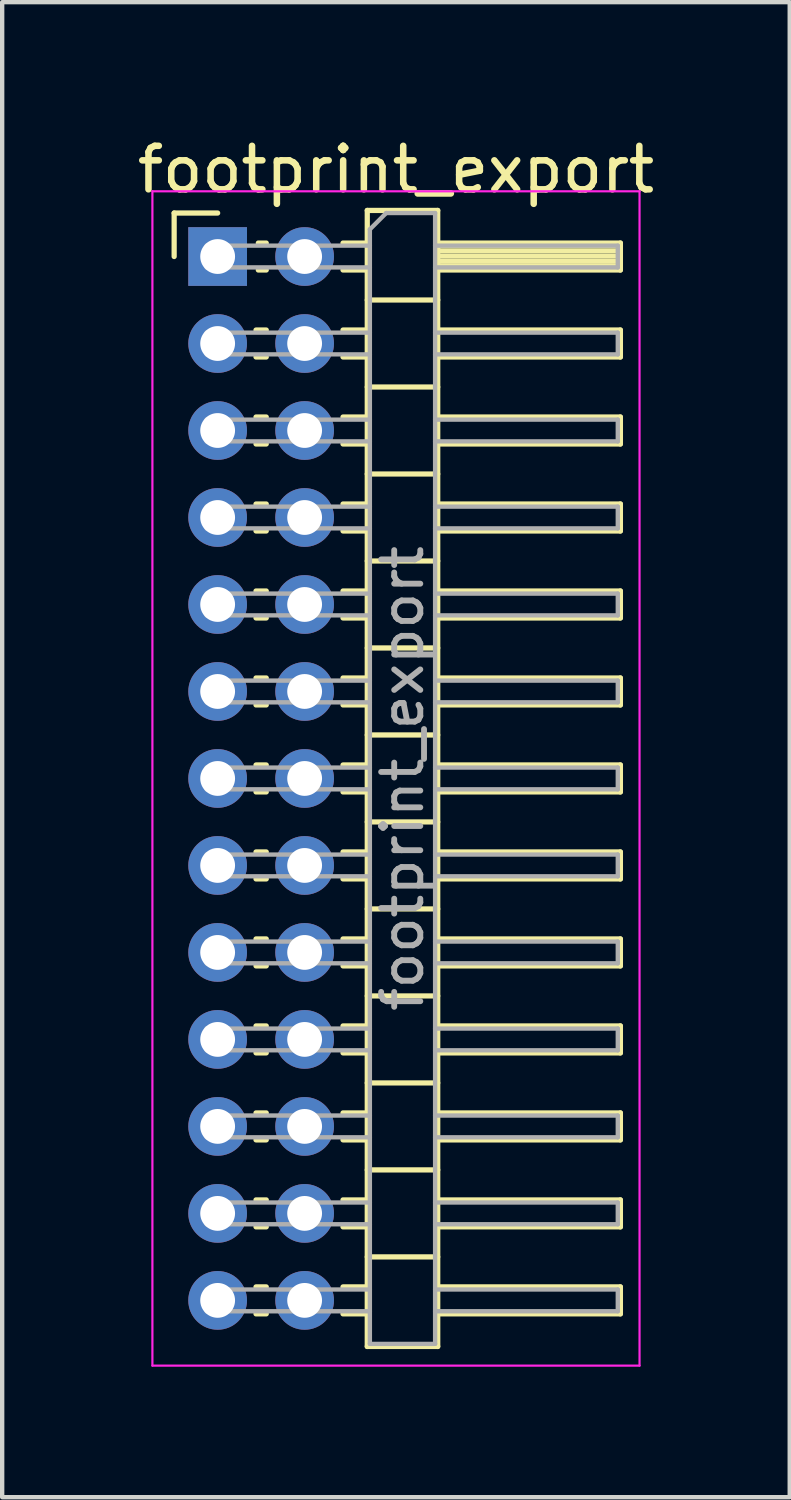
<source format=kicad_pcb>
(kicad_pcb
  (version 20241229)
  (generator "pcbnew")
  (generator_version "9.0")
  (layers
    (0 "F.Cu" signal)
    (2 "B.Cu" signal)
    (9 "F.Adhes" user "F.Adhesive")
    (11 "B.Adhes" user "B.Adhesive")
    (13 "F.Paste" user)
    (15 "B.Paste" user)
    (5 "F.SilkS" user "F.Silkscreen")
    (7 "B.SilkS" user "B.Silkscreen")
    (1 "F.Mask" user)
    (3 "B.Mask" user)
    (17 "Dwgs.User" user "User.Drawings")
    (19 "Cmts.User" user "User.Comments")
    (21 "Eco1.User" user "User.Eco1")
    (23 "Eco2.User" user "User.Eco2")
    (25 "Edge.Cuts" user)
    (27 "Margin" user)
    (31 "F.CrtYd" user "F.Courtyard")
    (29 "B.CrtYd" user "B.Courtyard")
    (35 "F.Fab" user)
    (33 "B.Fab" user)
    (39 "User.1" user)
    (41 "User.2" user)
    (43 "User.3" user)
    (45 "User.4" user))
  (footprint "footprint_export"
    (layer "F.Cu")
    (at 1.954 2.848)
    (property "Reference" "footprint_export" (at 4.1 -2 0) (layer "F.SilkS") (effects (font (size 1 1) (thickness 0.15))))
    (attr through_hole)
    (fp_line (start -1 -1) (end 0 -1) (stroke (width 0.12) (type solid)) (layer "F.SilkS"))
    (fp_line (start -1 0) (end -1 -1) (stroke (width 0.12) (type solid)) (layer "F.SilkS"))
    (fp_line (start 0.882 1.69) (end 1.118 1.69) (stroke (width 0.12) (type solid)) (layer "F.SilkS"))
    (fp_line (start 0.882 2.31) (end 1.118 2.31) (stroke (width 0.12) (type solid)) (layer "F.SilkS"))
    (fp_line (start 0.882 3.69) (end 1.118 3.69) (stroke (width 0.12) (type solid)) (layer "F.SilkS"))
    (fp_line (start 0.882 4.31) (end 1.118 4.31) (stroke (width 0.12) (type solid)) (layer "F.SilkS"))
    (fp_line (start 0.882 5.69) (end 1.118 5.69) (stroke (width 0.12) (type solid)) (layer "F.SilkS"))
    (fp_line (start 0.882 6.31) (end 1.118 6.31) (stroke (width 0.12) (type solid)) (layer "F.SilkS"))
    (fp_line (start 0.882 7.69) (end 1.118 7.69) (stroke (width 0.12) (type solid)) (layer "F.SilkS"))
    (fp_line (start 0.882 8.31) (end 1.118 8.31) (stroke (width 0.12) (type solid)) (layer "F.SilkS"))
    (fp_line (start 0.882 9.69) (end 1.118 9.69) (stroke (width 0.12) (type solid)) (layer "F.SilkS"))
    (fp_line (start 0.882 10.31) (end 1.118 10.31) (stroke (width 0.12) (type solid)) (layer "F.SilkS"))
    (fp_line (start 0.882 11.69) (end 1.118 11.69) (stroke (width 0.12) (type solid)) (layer "F.SilkS"))
    (fp_line (start 0.882 12.31) (end 1.118 12.31) (stroke (width 0.12) (type solid)) (layer "F.SilkS"))
    (fp_line (start 0.882 13.69) (end 1.118 13.69) (stroke (width 0.12) (type solid)) (layer "F.SilkS"))
    (fp_line (start 0.882 14.31) (end 1.118 14.31) (stroke (width 0.12) (type solid)) (layer "F.SilkS"))
    (fp_line (start 0.882 15.69) (end 1.118 15.69) (stroke (width 0.12) (type solid)) (layer "F.SilkS"))
    (fp_line (start 0.882 16.31) (end 1.118 16.31) (stroke (width 0.12) (type solid)) (layer "F.SilkS"))
    (fp_line (start 0.882 17.69) (end 1.118 17.69) (stroke (width 0.12) (type solid)) (layer "F.SilkS"))
    (fp_line (start 0.882 18.31) (end 1.118 18.31) (stroke (width 0.12) (type solid)) (layer "F.SilkS"))
    (fp_line (start 0.882 19.69) (end 1.118 19.69) (stroke (width 0.12) (type solid)) (layer "F.SilkS"))
    (fp_line (start 0.882 20.31) (end 1.118 20.31) (stroke (width 0.12) (type solid)) (layer "F.SilkS"))
    (fp_line (start 0.882 21.69) (end 1.118 21.69) (stroke (width 0.12) (type solid)) (layer "F.SilkS"))
    (fp_line (start 0.882 22.31) (end 1.118 22.31) (stroke (width 0.12) (type solid)) (layer "F.SilkS"))
    (fp_line (start 0.882 23.69) (end 1.118 23.69) (stroke (width 0.12) (type solid)) (layer "F.SilkS"))
    (fp_line (start 0.882 24.31) (end 1.118 24.31) (stroke (width 0.12) (type solid)) (layer "F.SilkS"))
    (fp_line (start 0.935 -0.31) (end 1.118 -0.31) (stroke (width 0.12) (type solid)) (layer "F.SilkS"))
    (fp_line (start 0.935 0.31) (end 1.118 0.31) (stroke (width 0.12) (type solid)) (layer "F.SilkS"))
    (fp_line (start 2.882 -0.31) (end 3.44 -0.31) (stroke (width 0.12) (type solid)) (layer "F.SilkS"))
    (fp_line (start 2.882 0.31) (end 3.44 0.31) (stroke (width 0.12) (type solid)) (layer "F.SilkS"))
    (fp_line (start 2.882 1.69) (end 3.44 1.69) (stroke (width 0.12) (type solid)) (layer "F.SilkS"))
    (fp_line (start 2.882 2.31) (end 3.44 2.31) (stroke (width 0.12) (type solid)) (layer "F.SilkS"))
    (fp_line (start 2.882 3.69) (end 3.44 3.69) (stroke (width 0.12) (type solid)) (layer "F.SilkS"))
    (fp_line (start 2.882 4.31) (end 3.44 4.31) (stroke (width 0.12) (type solid)) (layer "F.SilkS"))
    (fp_line (start 2.882 5.69) (end 3.44 5.69) (stroke (width 0.12) (type solid)) (layer "F.SilkS"))
    (fp_line (start 2.882 6.31) (end 3.44 6.31) (stroke (width 0.12) (type solid)) (layer "F.SilkS"))
    (fp_line (start 2.882 7.69) (end 3.44 7.69) (stroke (width 0.12) (type solid)) (layer "F.SilkS"))
    (fp_line (start 2.882 8.31) (end 3.44 8.31) (stroke (width 0.12) (type solid)) (layer "F.SilkS"))
    (fp_line (start 2.882 9.69) (end 3.44 9.69) (stroke (width 0.12) (type solid)) (layer "F.SilkS"))
    (fp_line (start 2.882 10.31) (end 3.44 10.31) (stroke (width 0.12) (type solid)) (layer "F.SilkS"))
    (fp_line (start 2.882 11.69) (end 3.44 11.69) (stroke (width 0.12) (type solid)) (layer "F.SilkS"))
    (fp_line (start 2.882 12.31) (end 3.44 12.31) (stroke (width 0.12) (type solid)) (layer "F.SilkS"))
    (fp_line (start 2.882 13.69) (end 3.44 13.69) (stroke (width 0.12) (type solid)) (layer "F.SilkS"))
    (fp_line (start 2.882 14.31) (end 3.44 14.31) (stroke (width 0.12) (type solid)) (layer "F.SilkS"))
    (fp_line (start 2.882 15.69) (end 3.44 15.69) (stroke (width 0.12) (type solid)) (layer "F.SilkS"))
    (fp_line (start 2.882 16.31) (end 3.44 16.31) (stroke (width 0.12) (type solid)) (layer "F.SilkS"))
    (fp_line (start 2.882 17.69) (end 3.44 17.69) (stroke (width 0.12) (type solid)) (layer "F.SilkS"))
    (fp_line (start 2.882 18.31) (end 3.44 18.31) (stroke (width 0.12) (type solid)) (layer "F.SilkS"))
    (fp_line (start 2.882 19.69) (end 3.44 19.69) (stroke (width 0.12) (type solid)) (layer "F.SilkS"))
    (fp_line (start 2.882 20.31) (end 3.44 20.31) (stroke (width 0.12) (type solid)) (layer "F.SilkS"))
    (fp_line (start 2.882 21.69) (end 3.44 21.69) (stroke (width 0.12) (type solid)) (layer "F.SilkS"))
    (fp_line (start 2.882 22.31) (end 3.44 22.31) (stroke (width 0.12) (type solid)) (layer "F.SilkS"))
    (fp_line (start 2.882 23.69) (end 3.44 23.69) (stroke (width 0.12) (type solid)) (layer "F.SilkS"))
    (fp_line (start 2.882 24.31) (end 3.44 24.31) (stroke (width 0.12) (type solid)) (layer "F.SilkS"))
    (fp_line (start 3.44 -1.06) (end 3.44 25.06) (stroke (width 0.12) (type solid)) (layer "F.SilkS"))
    (fp_line (start 3.44 1) (end 5.06 1) (stroke (width 0.12) (type solid)) (layer "F.SilkS"))
    (fp_line (start 3.44 3) (end 5.06 3) (stroke (width 0.12) (type solid)) (layer "F.SilkS"))
    (fp_line (start 3.44 5) (end 5.06 5) (stroke (width 0.12) (type solid)) (layer "F.SilkS"))
    (fp_line (start 3.44 7) (end 5.06 7) (stroke (width 0.12) (type solid)) (layer "F.SilkS"))
    (fp_line (start 3.44 9) (end 5.06 9) (stroke (width 0.12) (type solid)) (layer "F.SilkS"))
    (fp_line (start 3.44 11) (end 5.06 11) (stroke (width 0.12) (type solid)) (layer "F.SilkS"))
    (fp_line (start 3.44 13) (end 5.06 13) (stroke (width 0.12) (type solid)) (layer "F.SilkS"))
    (fp_line (start 3.44 15) (end 5.06 15) (stroke (width 0.12) (type solid)) (layer "F.SilkS"))
    (fp_line (start 3.44 17) (end 5.06 17) (stroke (width 0.12) (type solid)) (layer "F.SilkS"))
    (fp_line (start 3.44 19) (end 5.06 19) (stroke (width 0.12) (type solid)) (layer "F.SilkS"))
    (fp_line (start 3.44 21) (end 5.06 21) (stroke (width 0.12) (type solid)) (layer "F.SilkS"))
    (fp_line (start 3.44 23) (end 5.06 23) (stroke (width 0.12) (type solid)) (layer "F.SilkS"))
    (fp_line (start 3.44 25.06) (end 5.06 25.06) (stroke (width 0.12) (type solid)) (layer "F.SilkS"))
    (fp_line (start 5.06 -1.06) (end 3.44 -1.06) (stroke (width 0.12) (type solid)) (layer "F.SilkS"))
    (fp_line (start 5.06 -0.31) (end 9.26 -0.31) (stroke (width 0.12) (type solid)) (layer "F.SilkS"))
    (fp_line (start 5.06 -0.25) (end 9.26 -0.25) (stroke (width 0.12) (type solid)) (layer "F.SilkS"))
    (fp_line (start 5.06 -0.13) (end 9.26 -0.13) (stroke (width 0.12) (type solid)) (layer "F.SilkS"))
    (fp_line (start 5.06 -0.01) (end 9.26 -0.01) (stroke (width 0.12) (type solid)) (layer "F.SilkS"))
    (fp_line (start 5.06 0.11) (end 9.26 0.11) (stroke (width 0.12) (type solid)) (layer "F.SilkS"))
    (fp_line (start 5.06 0.23) (end 9.26 0.23) (stroke (width 0.12) (type solid)) (layer "F.SilkS"))
    (fp_line (start 5.06 1.69) (end 9.26 1.69) (stroke (width 0.12) (type solid)) (layer "F.SilkS"))
    (fp_line (start 5.06 3.69) (end 9.26 3.69) (stroke (width 0.12) (type solid)) (layer "F.SilkS"))
    (fp_line (start 5.06 5.69) (end 9.26 5.69) (stroke (width 0.12) (type solid)) (layer "F.SilkS"))
    (fp_line (start 5.06 7.69) (end 9.26 7.69) (stroke (width 0.12) (type solid)) (layer "F.SilkS"))
    (fp_line (start 5.06 9.69) (end 9.26 9.69) (stroke (width 0.12) (type solid)) (layer "F.SilkS"))
    (fp_line (start 5.06 11.69) (end 9.26 11.69) (stroke (width 0.12) (type solid)) (layer "F.SilkS"))
    (fp_line (start 5.06 13.69) (end 9.26 13.69) (stroke (width 0.12) (type solid)) (layer "F.SilkS"))
    (fp_line (start 5.06 15.69) (end 9.26 15.69) (stroke (width 0.12) (type solid)) (layer "F.SilkS"))
    (fp_line (start 5.06 17.69) (end 9.26 17.69) (stroke (width 0.12) (type solid)) (layer "F.SilkS"))
    (fp_line (start 5.06 19.69) (end 9.26 19.69) (stroke (width 0.12) (type solid)) (layer "F.SilkS"))
    (fp_line (start 5.06 21.69) (end 9.26 21.69) (stroke (width 0.12) (type solid)) (layer "F.SilkS"))
    (fp_line (start 5.06 23.69) (end 9.26 23.69) (stroke (width 0.12) (type solid)) (layer "F.SilkS"))
    (fp_line (start 5.06 25.06) (end 5.06 -1.06) (stroke (width 0.12) (type solid)) (layer "F.SilkS"))
    (fp_line (start 9.26 -0.31) (end 9.26 0.31) (stroke (width 0.12) (type solid)) (layer "F.SilkS"))
    (fp_line (start 9.26 0.31) (end 5.06 0.31) (stroke (width 0.12) (type solid)) (layer "F.SilkS"))
    (fp_line (start 9.26 1.69) (end 9.26 2.31) (stroke (width 0.12) (type solid)) (layer "F.SilkS"))
    (fp_line (start 9.26 2.31) (end 5.06 2.31) (stroke (width 0.12) (type solid)) (layer "F.SilkS"))
    (fp_line (start 9.26 3.69) (end 9.26 4.31) (stroke (width 0.12) (type solid)) (layer "F.SilkS"))
    (fp_line (start 9.26 4.31) (end 5.06 4.31) (stroke (width 0.12) (type solid)) (layer "F.SilkS"))
    (fp_line (start 9.26 5.69) (end 9.26 6.31) (stroke (width 0.12) (type solid)) (layer "F.SilkS"))
    (fp_line (start 9.26 6.31) (end 5.06 6.31) (stroke (width 0.12) (type solid)) (layer "F.SilkS"))
    (fp_line (start 9.26 7.69) (end 9.26 8.31) (stroke (width 0.12) (type solid)) (layer "F.SilkS"))
    (fp_line (start 9.26 8.31) (end 5.06 8.31) (stroke (width 0.12) (type solid)) (layer "F.SilkS"))
    (fp_line (start 9.26 9.69) (end 9.26 10.31) (stroke (width 0.12) (type solid)) (layer "F.SilkS"))
    (fp_line (start 9.26 10.31) (end 5.06 10.31) (stroke (width 0.12) (type solid)) (layer "F.SilkS"))
    (fp_line (start 9.26 11.69) (end 9.26 12.31) (stroke (width 0.12) (type solid)) (layer "F.SilkS"))
    (fp_line (start 9.26 12.31) (end 5.06 12.31) (stroke (width 0.12) (type solid)) (layer "F.SilkS"))
    (fp_line (start 9.26 13.69) (end 9.26 14.31) (stroke (width 0.12) (type solid)) (layer "F.SilkS"))
    (fp_line (start 9.26 14.31) (end 5.06 14.31) (stroke (width 0.12) (type solid)) (layer "F.SilkS"))
    (fp_line (start 9.26 15.69) (end 9.26 16.31) (stroke (width 0.12) (type solid)) (layer "F.SilkS"))
    (fp_line (start 9.26 16.31) (end 5.06 16.31) (stroke (width 0.12) (type solid)) (layer "F.SilkS"))
    (fp_line (start 9.26 17.69) (end 9.26 18.31) (stroke (width 0.12) (type solid)) (layer "F.SilkS"))
    (fp_line (start 9.26 18.31) (end 5.06 18.31) (stroke (width 0.12) (type solid)) (layer "F.SilkS"))
    (fp_line (start 9.26 19.69) (end 9.26 20.31) (stroke (width 0.12) (type solid)) (layer "F.SilkS"))
    (fp_line (start 9.26 20.31) (end 5.06 20.31) (stroke (width 0.12) (type solid)) (layer "F.SilkS"))
    (fp_line (start 9.26 21.69) (end 9.26 22.31) (stroke (width 0.12) (type solid)) (layer "F.SilkS"))
    (fp_line (start 9.26 22.31) (end 5.06 22.31) (stroke (width 0.12) (type solid)) (layer "F.SilkS"))
    (fp_line (start 9.26 23.69) (end 9.26 24.31) (stroke (width 0.12) (type solid)) (layer "F.SilkS"))
    (fp_line (start 9.26 24.31) (end 5.06 24.31) (stroke (width 0.12) (type solid)) (layer "F.SilkS"))
    (fp_line (start -1.5 -1.5) (end -1.5 25.5) (stroke (width 0.05) (type solid)) (layer "F.CrtYd"))
    (fp_line (start -1.5 25.5) (end 9.7 25.5) (stroke (width 0.05) (type solid)) (layer "F.CrtYd"))
    (fp_line (start 9.7 -1.5) (end -1.5 -1.5) (stroke (width 0.05) (type solid)) (layer "F.CrtYd"))
    (fp_line (start 9.7 25.5) (end 9.7 -1.5) (stroke (width 0.05) (type solid)) (layer "F.CrtYd"))
    (fp_line (start -0.25 -0.25) (end -0.25 0.25) (stroke (width 0.1) (type solid)) (layer "F.Fab"))
    (fp_line (start -0.25 -0.25) (end 3.5 -0.25) (stroke (width 0.1) (type solid)) (layer "F.Fab"))
    (fp_line (start -0.25 0.25) (end 3.5 0.25) (stroke (width 0.1) (type solid)) (layer "F.Fab"))
    (fp_line (start -0.25 1.75) (end -0.25 2.25) (stroke (width 0.1) (type solid)) (layer "F.Fab"))
    (fp_line (start -0.25 1.75) (end 3.5 1.75) (stroke (width 0.1) (type solid)) (layer "F.Fab"))
    (fp_line (start -0.25 2.25) (end 3.5 2.25) (stroke (width 0.1) (type solid)) (layer "F.Fab"))
    (fp_line (start -0.25 3.75) (end -0.25 4.25) (stroke (width 0.1) (type solid)) (layer "F.Fab"))
    (fp_line (start -0.25 3.75) (end 3.5 3.75) (stroke (width 0.1) (type solid)) (layer "F.Fab"))
    (fp_line (start -0.25 4.25) (end 3.5 4.25) (stroke (width 0.1) (type solid)) (layer "F.Fab"))
    (fp_line (start -0.25 5.75) (end -0.25 6.25) (stroke (width 0.1) (type solid)) (layer "F.Fab"))
    (fp_line (start -0.25 5.75) (end 3.5 5.75) (stroke (width 0.1) (type solid)) (layer "F.Fab"))
    (fp_line (start -0.25 6.25) (end 3.5 6.25) (stroke (width 0.1) (type solid)) (layer "F.Fab"))
    (fp_line (start -0.25 7.75) (end -0.25 8.25) (stroke (width 0.1) (type solid)) (layer "F.Fab"))
    (fp_line (start -0.25 7.75) (end 3.5 7.75) (stroke (width 0.1) (type solid)) (layer "F.Fab"))
    (fp_line (start -0.25 8.25) (end 3.5 8.25) (stroke (width 0.1) (type solid)) (layer "F.Fab"))
    (fp_line (start -0.25 9.75) (end -0.25 10.25) (stroke (width 0.1) (type solid)) (layer "F.Fab"))
    (fp_line (start -0.25 9.75) (end 3.5 9.75) (stroke (width 0.1) (type solid)) (layer "F.Fab"))
    (fp_line (start -0.25 10.25) (end 3.5 10.25) (stroke (width 0.1) (type solid)) (layer "F.Fab"))
    (fp_line (start -0.25 11.75) (end -0.25 12.25) (stroke (width 0.1) (type solid)) (layer "F.Fab"))
    (fp_line (start -0.25 11.75) (end 3.5 11.75) (stroke (width 0.1) (type solid)) (layer "F.Fab"))
    (fp_line (start -0.25 12.25) (end 3.5 12.25) (stroke (width 0.1) (type solid)) (layer "F.Fab"))
    (fp_line (start -0.25 13.75) (end -0.25 14.25) (stroke (width 0.1) (type solid)) (layer "F.Fab"))
    (fp_line (start -0.25 13.75) (end 3.5 13.75) (stroke (width 0.1) (type solid)) (layer "F.Fab"))
    (fp_line (start -0.25 14.25) (end 3.5 14.25) (stroke (width 0.1) (type solid)) (layer "F.Fab"))
    (fp_line (start -0.25 15.75) (end -0.25 16.25) (stroke (width 0.1) (type solid)) (layer "F.Fab"))
    (fp_line (start -0.25 15.75) (end 3.5 15.75) (stroke (width 0.1) (type solid)) (layer "F.Fab"))
    (fp_line (start -0.25 16.25) (end 3.5 16.25) (stroke (width 0.1) (type solid)) (layer "F.Fab"))
    (fp_line (start -0.25 17.75) (end -0.25 18.25) (stroke (width 0.1) (type solid)) (layer "F.Fab"))
    (fp_line (start -0.25 17.75) (end 3.5 17.75) (stroke (width 0.1) (type solid)) (layer "F.Fab"))
    (fp_line (start -0.25 18.25) (end 3.5 18.25) (stroke (width 0.1) (type solid)) (layer "F.Fab"))
    (fp_line (start -0.25 19.75) (end -0.25 20.25) (stroke (width 0.1) (type solid)) (layer "F.Fab"))
    (fp_line (start -0.25 19.75) (end 3.5 19.75) (stroke (width 0.1) (type solid)) (layer "F.Fab"))
    (fp_line (start -0.25 20.25) (end 3.5 20.25) (stroke (width 0.1) (type solid)) (layer "F.Fab"))
    (fp_line (start -0.25 21.75) (end -0.25 22.25) (stroke (width 0.1) (type solid)) (layer "F.Fab"))
    (fp_line (start -0.25 21.75) (end 3.5 21.75) (stroke (width 0.1) (type solid)) (layer "F.Fab"))
    (fp_line (start -0.25 22.25) (end 3.5 22.25) (stroke (width 0.1) (type solid)) (layer "F.Fab"))
    (fp_line (start -0.25 23.75) (end -0.25 24.25) (stroke (width 0.1) (type solid)) (layer "F.Fab"))
    (fp_line (start -0.25 23.75) (end 3.5 23.75) (stroke (width 0.1) (type solid)) (layer "F.Fab"))
    (fp_line (start -0.25 24.25) (end 3.5 24.25) (stroke (width 0.1) (type solid)) (layer "F.Fab"))
    (fp_line (start 3.5 -0.625) (end 3.875 -1) (stroke (width 0.1) (type solid)) (layer "F.Fab"))
    (fp_line (start 3.5 25) (end 3.5 -0.625) (stroke (width 0.1) (type solid)) (layer "F.Fab"))
    (fp_line (start 3.875 -1) (end 5 -1) (stroke (width 0.1) (type solid)) (layer "F.Fab"))
    (fp_line (start 5 -1) (end 5 25) (stroke (width 0.1) (type solid)) (layer "F.Fab"))
    (fp_line (start 5 -0.25) (end 9.2 -0.25) (stroke (width 0.1) (type solid)) (layer "F.Fab"))
    (fp_line (start 5 0.25) (end 9.2 0.25) (stroke (width 0.1) (type solid)) (layer "F.Fab"))
    (fp_line (start 5 1.75) (end 9.2 1.75) (stroke (width 0.1) (type solid)) (layer "F.Fab"))
    (fp_line (start 5 2.25) (end 9.2 2.25) (stroke (width 0.1) (type solid)) (layer "F.Fab"))
    (fp_line (start 5 3.75) (end 9.2 3.75) (stroke (width 0.1) (type solid)) (layer "F.Fab"))
    (fp_line (start 5 4.25) (end 9.2 4.25) (stroke (width 0.1) (type solid)) (layer "F.Fab"))
    (fp_line (start 5 5.75) (end 9.2 5.75) (stroke (width 0.1) (type solid)) (layer "F.Fab"))
    (fp_line (start 5 6.25) (end 9.2 6.25) (stroke (width 0.1) (type solid)) (layer "F.Fab"))
    (fp_line (start 5 7.75) (end 9.2 7.75) (stroke (width 0.1) (type solid)) (layer "F.Fab"))
    (fp_line (start 5 8.25) (end 9.2 8.25) (stroke (width 0.1) (type solid)) (layer "F.Fab"))
    (fp_line (start 5 9.75) (end 9.2 9.75) (stroke (width 0.1) (type solid)) (layer "F.Fab"))
    (fp_line (start 5 10.25) (end 9.2 10.25) (stroke (width 0.1) (type solid)) (layer "F.Fab"))
    (fp_line (start 5 11.75) (end 9.2 11.75) (stroke (width 0.1) (type solid)) (layer "F.Fab"))
    (fp_line (start 5 12.25) (end 9.2 12.25) (stroke (width 0.1) (type solid)) (layer "F.Fab"))
    (fp_line (start 5 13.75) (end 9.2 13.75) (stroke (width 0.1) (type solid)) (layer "F.Fab"))
    (fp_line (start 5 14.25) (end 9.2 14.25) (stroke (width 0.1) (type solid)) (layer "F.Fab"))
    (fp_line (start 5 15.75) (end 9.2 15.75) (stroke (width 0.1) (type solid)) (layer "F.Fab"))
    (fp_line (start 5 16.25) (end 9.2 16.25) (stroke (width 0.1) (type solid)) (layer "F.Fab"))
    (fp_line (start 5 17.75) (end 9.2 17.75) (stroke (width 0.1) (type solid)) (layer "F.Fab"))
    (fp_line (start 5 18.25) (end 9.2 18.25) (stroke (width 0.1) (type solid)) (layer "F.Fab"))
    (fp_line (start 5 19.75) (end 9.2 19.75) (stroke (width 0.1) (type solid)) (layer "F.Fab"))
    (fp_line (start 5 20.25) (end 9.2 20.25) (stroke (width 0.1) (type solid)) (layer "F.Fab"))
    (fp_line (start 5 21.75) (end 9.2 21.75) (stroke (width 0.1) (type solid)) (layer "F.Fab"))
    (fp_line (start 5 22.25) (end 9.2 22.25) (stroke (width 0.1) (type solid)) (layer "F.Fab"))
    (fp_line (start 5 23.75) (end 9.2 23.75) (stroke (width 0.1) (type solid)) (layer "F.Fab"))
    (fp_line (start 5 24.25) (end 9.2 24.25) (stroke (width 0.1) (type solid)) (layer "F.Fab"))
    (fp_line (start 5 25) (end 3.5 25) (stroke (width 0.1) (type solid)) (layer "F.Fab"))
    (fp_line (start 9.2 -0.25) (end 9.2 0.25) (stroke (width 0.1) (type solid)) (layer "F.Fab"))
    (fp_line (start 9.2 1.75) (end 9.2 2.25) (stroke (width 0.1) (type solid)) (layer "F.Fab"))
    (fp_line (start 9.2 3.75) (end 9.2 4.25) (stroke (width 0.1) (type solid)) (layer "F.Fab"))
    (fp_line (start 9.2 5.75) (end 9.2 6.25) (stroke (width 0.1) (type solid)) (layer "F.Fab"))
    (fp_line (start 9.2 7.75) (end 9.2 8.25) (stroke (width 0.1) (type solid)) (layer "F.Fab"))
    (fp_line (start 9.2 9.75) (end 9.2 10.25) (stroke (width 0.1) (type solid)) (layer "F.Fab"))
    (fp_line (start 9.2 11.75) (end 9.2 12.25) (stroke (width 0.1) (type solid)) (layer "F.Fab"))
    (fp_line (start 9.2 13.75) (end 9.2 14.25) (stroke (width 0.1) (type solid)) (layer "F.Fab"))
    (fp_line (start 9.2 15.75) (end 9.2 16.25) (stroke (width 0.1) (type solid)) (layer "F.Fab"))
    (fp_line (start 9.2 17.75) (end 9.2 18.25) (stroke (width 0.1) (type solid)) (layer "F.Fab"))
    (fp_line (start 9.2 19.75) (end 9.2 20.25) (stroke (width 0.1) (type solid)) (layer "F.Fab"))
    (fp_line (start 9.2 21.75) (end 9.2 22.25) (stroke (width 0.1) (type solid)) (layer "F.Fab"))
    (fp_line (start 9.2 23.75) (end 9.2 24.25) (stroke (width 0.1) (type solid)) (layer "F.Fab"))
    (fp_text user "${REFERENCE}" (at 4.25 12 90) (layer "F.Fab") (effects (font (size 0.9 0.9) (thickness 0.135))))
    (pad "1" thru_hole rect (at 0 0) (size 1.35 1.35) (drill 0.8) (layers "*.Cu" "*.Mask"))
    (pad "2" thru_hole oval (at 2 0) (size 1.35 1.35) (drill 0.8) (layers "*.Cu" "*.Mask"))
    (pad "3" thru_hole oval (at 0 2) (size 1.35 1.35) (drill 0.8) (layers "*.Cu" "*.Mask"))
    (pad "4" thru_hole oval (at 2 2) (size 1.35 1.35) (drill 0.8) (layers "*.Cu" "*.Mask"))
    (pad "5" thru_hole oval (at 0 4) (size 1.35 1.35) (drill 0.8) (layers "*.Cu" "*.Mask"))
    (pad "6" thru_hole oval (at 2 4) (size 1.35 1.35) (drill 0.8) (layers "*.Cu" "*.Mask"))
    (pad "7" thru_hole oval (at 0 6) (size 1.35 1.35) (drill 0.8) (layers "*.Cu" "*.Mask"))
    (pad "8" thru_hole oval (at 2 6) (size 1.35 1.35) (drill 0.8) (layers "*.Cu" "*.Mask"))
    (pad "9" thru_hole oval (at 0 8) (size 1.35 1.35) (drill 0.8) (layers "*.Cu" "*.Mask"))
    (pad "10" thru_hole oval (at 2 8) (size 1.35 1.35) (drill 0.8) (layers "*.Cu" "*.Mask"))
    (pad "11" thru_hole oval (at 0 10) (size 1.35 1.35) (drill 0.8) (layers "*.Cu" "*.Mask"))
    (pad "12" thru_hole oval (at 2 10) (size 1.35 1.35) (drill 0.8) (layers "*.Cu" "*.Mask"))
    (pad "13" thru_hole oval (at 0 12) (size 1.35 1.35) (drill 0.8) (layers "*.Cu" "*.Mask"))
    (pad "14" thru_hole oval (at 2 12) (size 1.35 1.35) (drill 0.8) (layers "*.Cu" "*.Mask"))
    (pad "15" thru_hole oval (at 0 14) (size 1.35 1.35) (drill 0.8) (layers "*.Cu" "*.Mask"))
    (pad "16" thru_hole oval (at 2 14) (size 1.35 1.35) (drill 0.8) (layers "*.Cu" "*.Mask"))
    (pad "17" thru_hole oval (at 0 16) (size 1.35 1.35) (drill 0.8) (layers "*.Cu" "*.Mask"))
    (pad "18" thru_hole oval (at 2 16) (size 1.35 1.35) (drill 0.8) (layers "*.Cu" "*.Mask"))
    (pad "19" thru_hole oval (at 0 18) (size 1.35 1.35) (drill 0.8) (layers "*.Cu" "*.Mask"))
    (pad "20" thru_hole oval (at 2 18) (size 1.35 1.35) (drill 0.8) (layers "*.Cu" "*.Mask"))
    (pad "21" thru_hole oval (at 0 20) (size 1.35 1.35) (drill 0.8) (layers "*.Cu" "*.Mask"))
    (pad "22" thru_hole oval (at 2 20) (size 1.35 1.35) (drill 0.8) (layers "*.Cu" "*.Mask"))
    (pad "23" thru_hole oval (at 0 22) (size 1.35 1.35) (drill 0.8) (layers "*.Cu" "*.Mask"))
    (pad "24" thru_hole oval (at 2 22) (size 1.35 1.35) (drill 0.8) (layers "*.Cu" "*.Mask"))
    (pad "25" thru_hole oval (at 0 24) (size 1.35 1.35) (drill 0.8) (layers "*.Cu" "*.Mask"))
    (pad "26" thru_hole oval (at 2 24) (size 1.35 1.35) (drill 0.8) (layers "*.Cu" "*.Mask")))
  (gr_rect
    (start -3 -3)
    (end 15.107 31.373)
    (stroke (width 0.1) (type default))
    (fill no)
    (layer "Edge.Cuts")))
</source>
